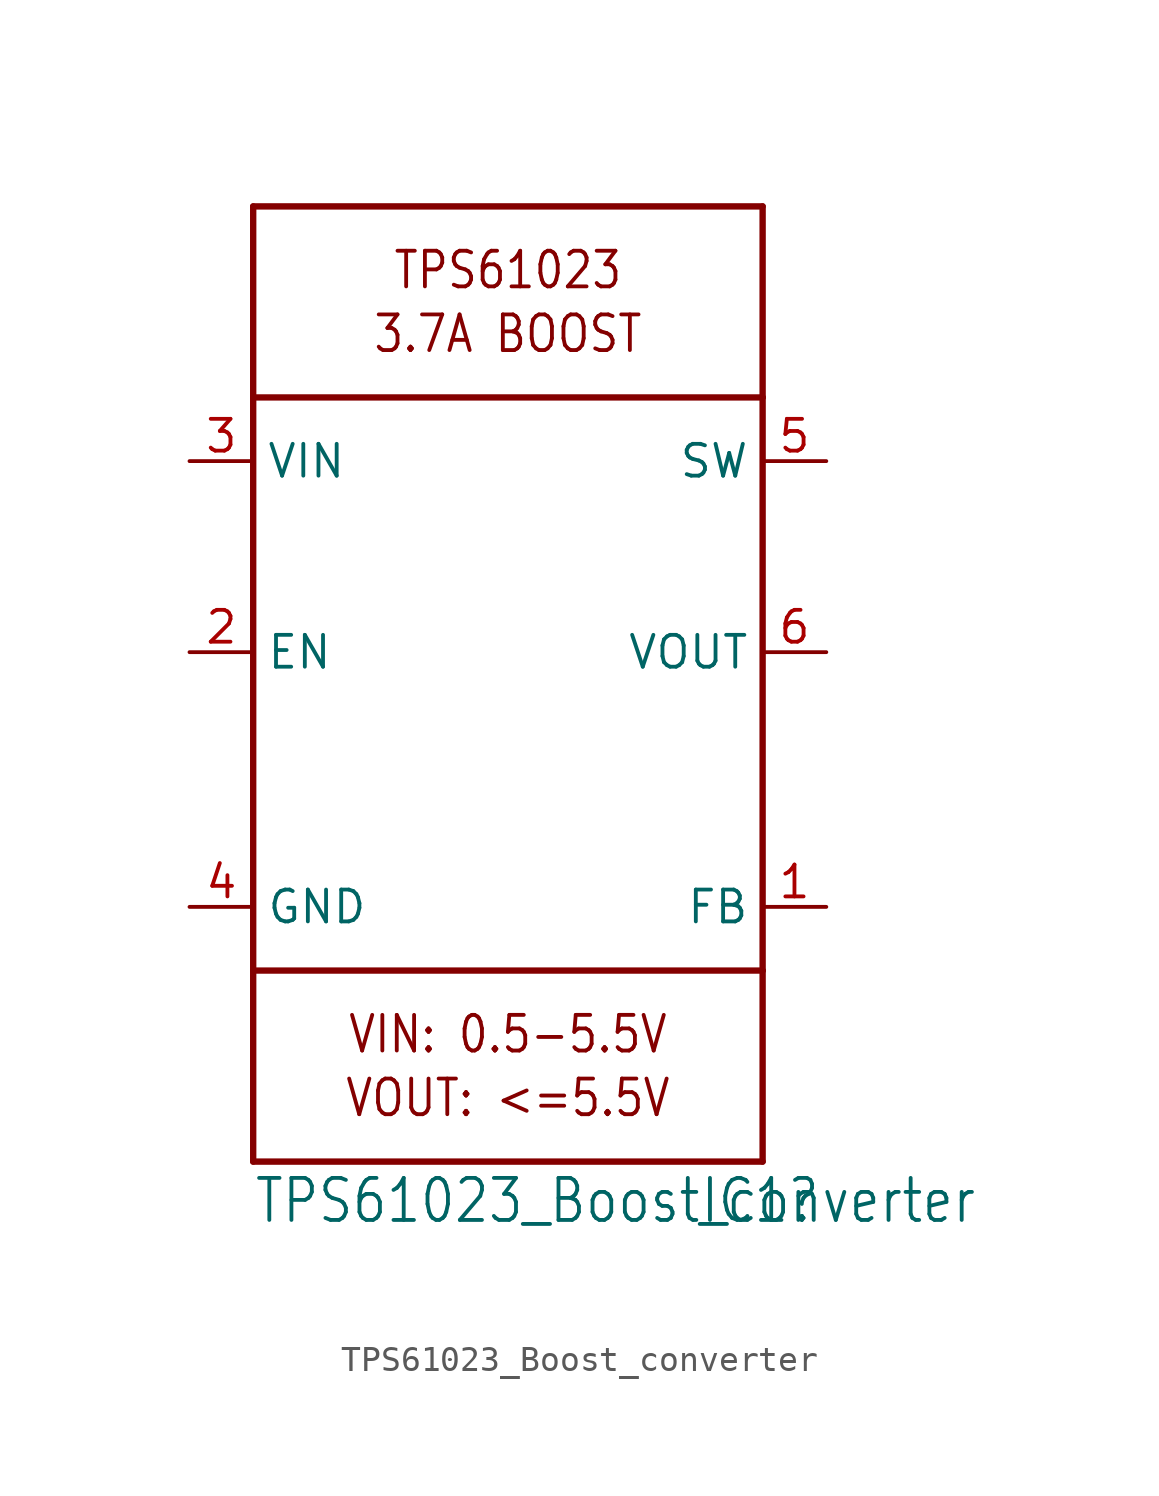
<source format=kicad_sym>
(kicad_symbol_lib
  (version 20220914)
  (generator kicad_symbol_editor)
  (symbol "TPS61023_Boost_converter"
    (property "Reference" "IC1"
      (at 7.62 -20.32 0)
      (effects (font (size 1.676 1.425)) (justify left bottom)))
    (property "Value" "TPS61023_Boost_converter"
      (at -10.16 -20.32 0)
      (effects (font (size 1.676 1.425)) (justify left bottom)))
    (property "ki_locked" ""
      (at 0 0 0)
      (effects (font (size 1.27 1.27))))
    (symbol "TPS61023_Boost_converter_1_0"
      (polyline (pts (xy -10.16 -17.78) (xy 10.16 -17.78)) (stroke (width 0.254) (type solid)) (fill (type none)))
      (polyline (pts (xy -10.16 -10.16) (xy -10.16 -17.78)) (stroke (width 0.254) (type solid)) (fill (type none)))
      (polyline (pts (xy -10.16 -10.16) (xy -10.16 12.7)) (stroke (width 0.254) (type solid)) (fill (type none)))
      (polyline (pts (xy -10.16 12.7) (xy -10.16 20.32)) (stroke (width 0.254) (type solid)) (fill (type none)))
      (polyline (pts (xy -10.16 12.7) (xy 10.16 12.7)) (stroke (width 0.254) (type solid)) (fill (type none)))
      (polyline (pts (xy -10.16 20.32) (xy 10.16 20.32)) (stroke (width 0.254) (type solid)) (fill (type none)))
      (polyline (pts (xy 10.16 -17.78) (xy 10.16 -10.16)) (stroke (width 0.254) (type solid)) (fill (type none)))
      (polyline (pts (xy 10.16 -10.16) (xy -10.16 -10.16)) (stroke (width 0.254) (type solid)) (fill (type none)))
      (polyline (pts (xy 10.16 12.7) (xy 10.16 -10.16)) (stroke (width 0.254) (type solid)) (fill (type none)))
      (polyline (pts (xy 10.16 20.32) (xy 10.16 12.7)) (stroke (width 0.254) (type solid)) (fill (type none)))
      (text "3.7A BOOST" (at 0 15.24 0) (effects (font (size 1.422 1.209))))
      (text "TPS61023" (at 0 17.78 0) (effects (font (size 1.422 1.209))))
      (text "VIN: 0.5-5.5V" (at 0 -12.7 0) (effects (font (size 1.422 1.209))))
      (text "VOUT: <=5.5V" (at 0 -15.24 0) (effects (font (size 1.422 1.209))))
      (pin input line (at 12.7 -7.62 180) (length 2.54) (name "FB" (effects (font (size 1.27 1.27)))) (number "1" (effects (font (size 1.27 1.27)))))
      (pin input line (at -12.7 2.54 0) (length 2.54) (name "EN" (effects (font (size 1.27 1.27)))) (number "2" (effects (font (size 1.27 1.27)))))
      (pin power_in line (at -12.7 10.16 0) (length 2.54) (name "VIN" (effects (font (size 1.27 1.27)))) (number "3" (effects (font (size 1.27 1.27)))))
      (pin power_in line (at -12.7 -7.62 0) (length 2.54) (name "GND" (effects (font (size 1.27 1.27)))) (number "4" (effects (font (size 1.27 1.27)))))
      (pin input line (at 12.7 10.16 180) (length 2.54) (name "SW" (effects (font (size 1.27 1.27)))) (number "5" (effects (font (size 1.27 1.27)))))
      (pin power_in line (at 12.7 2.54 180) (length 2.54) (name "VOUT" (effects (font (size 1.27 1.27)))) (number "6" (effects (font (size 1.27 1.27))))))))
</source>
